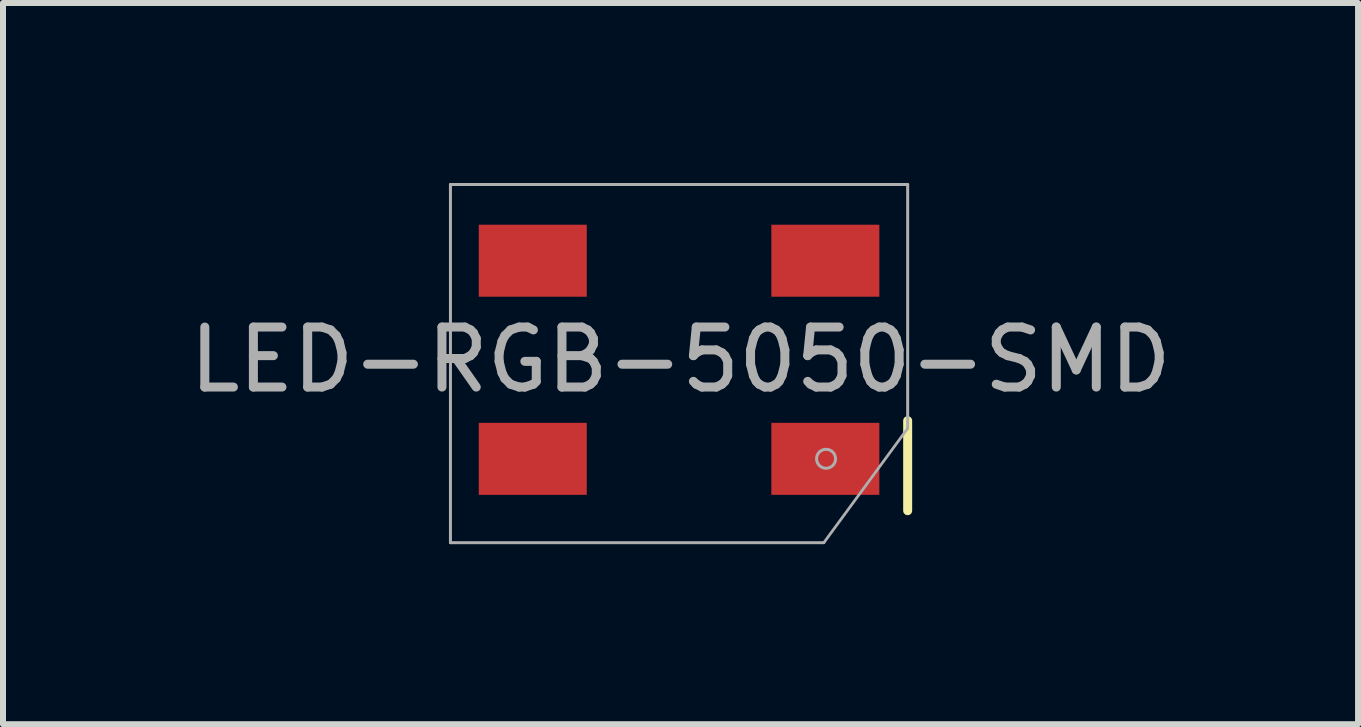
<source format=kicad_pcb>
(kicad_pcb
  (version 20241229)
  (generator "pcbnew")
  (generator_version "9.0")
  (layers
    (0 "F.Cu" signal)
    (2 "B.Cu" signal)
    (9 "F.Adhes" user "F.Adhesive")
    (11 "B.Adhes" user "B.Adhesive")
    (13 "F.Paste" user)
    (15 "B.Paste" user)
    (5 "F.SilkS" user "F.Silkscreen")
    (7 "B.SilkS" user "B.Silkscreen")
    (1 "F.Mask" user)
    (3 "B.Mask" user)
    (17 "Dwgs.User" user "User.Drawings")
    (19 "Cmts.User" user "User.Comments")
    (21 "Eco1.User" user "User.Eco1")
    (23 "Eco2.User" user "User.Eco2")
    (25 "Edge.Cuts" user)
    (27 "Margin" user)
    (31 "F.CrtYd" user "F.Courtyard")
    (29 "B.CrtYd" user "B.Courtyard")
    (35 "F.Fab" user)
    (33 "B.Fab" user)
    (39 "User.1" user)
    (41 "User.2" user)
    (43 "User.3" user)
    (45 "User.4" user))
  (footprint "LED-RGB-5050-SMD"
    (layer "F.Cu")
    (at 8.267 2.946)
    (property "Reference" "LED-RGB-5050-SMD" (at 0.025 0 0) (layer "F.Fab") (effects (font (size 1 1) (thickness 0.15))))
    (attr through_hole)
    (fp_line (start 3.81 1.015) (end 3.81 2.515) (stroke (width 0.15) (type solid)) (layer "F.SilkS"))
    (fp_line (start -3.81 -2.921) (end -3.81 3.048) (stroke (width 0.05) (type solid)) (layer "F.Fab"))
    (fp_line (start -3.81 3.048) (end 2.413 3.048) (stroke (width 0.05) (type solid)) (layer "F.Fab"))
    (fp_line (start 2.413 3.048) (end 3.81 1.143) (stroke (width 0.046) (type solid)) (layer "F.Fab"))
    (fp_line (start 3.81 -2.921) (end -3.81 -2.921) (stroke (width 0.05) (type solid)) (layer "F.Fab"))
    (fp_line (start 3.81 1.143) (end 3.81 -2.921) (stroke (width 0.05) (type solid)) (layer "F.Fab"))
    (fp_circle (center 2.45 1.65) (end 2.5 1.8) (stroke (width 0.05) (type solid)) (fill no) (layer "F.Fab"))
    (pad "1" smd rect (at 2.438 1.651) (size 1.8 1.2) (layers "F.Cu" "F.Mask" "F.Paste"))
    (pad "2" smd rect (at 2.438 -1.651) (size 1.8 1.2) (layers "F.Cu" "F.Mask" "F.Paste"))
    (pad "3" smd rect (at -2.438 -1.651) (size 1.8 1.2) (layers "F.Cu" "F.Mask" "F.Paste"))
    (pad "4" smd rect (at -2.438 1.651) (size 1.8 1.2) (layers "F.Cu" "F.Mask" "F.Paste")))
  (gr_rect
    (start -3 -3)
    (end 19.583 9.019)
    (stroke (width 0.1) (type default))
    (fill no)
    (layer "Edge.Cuts")))
</source>
